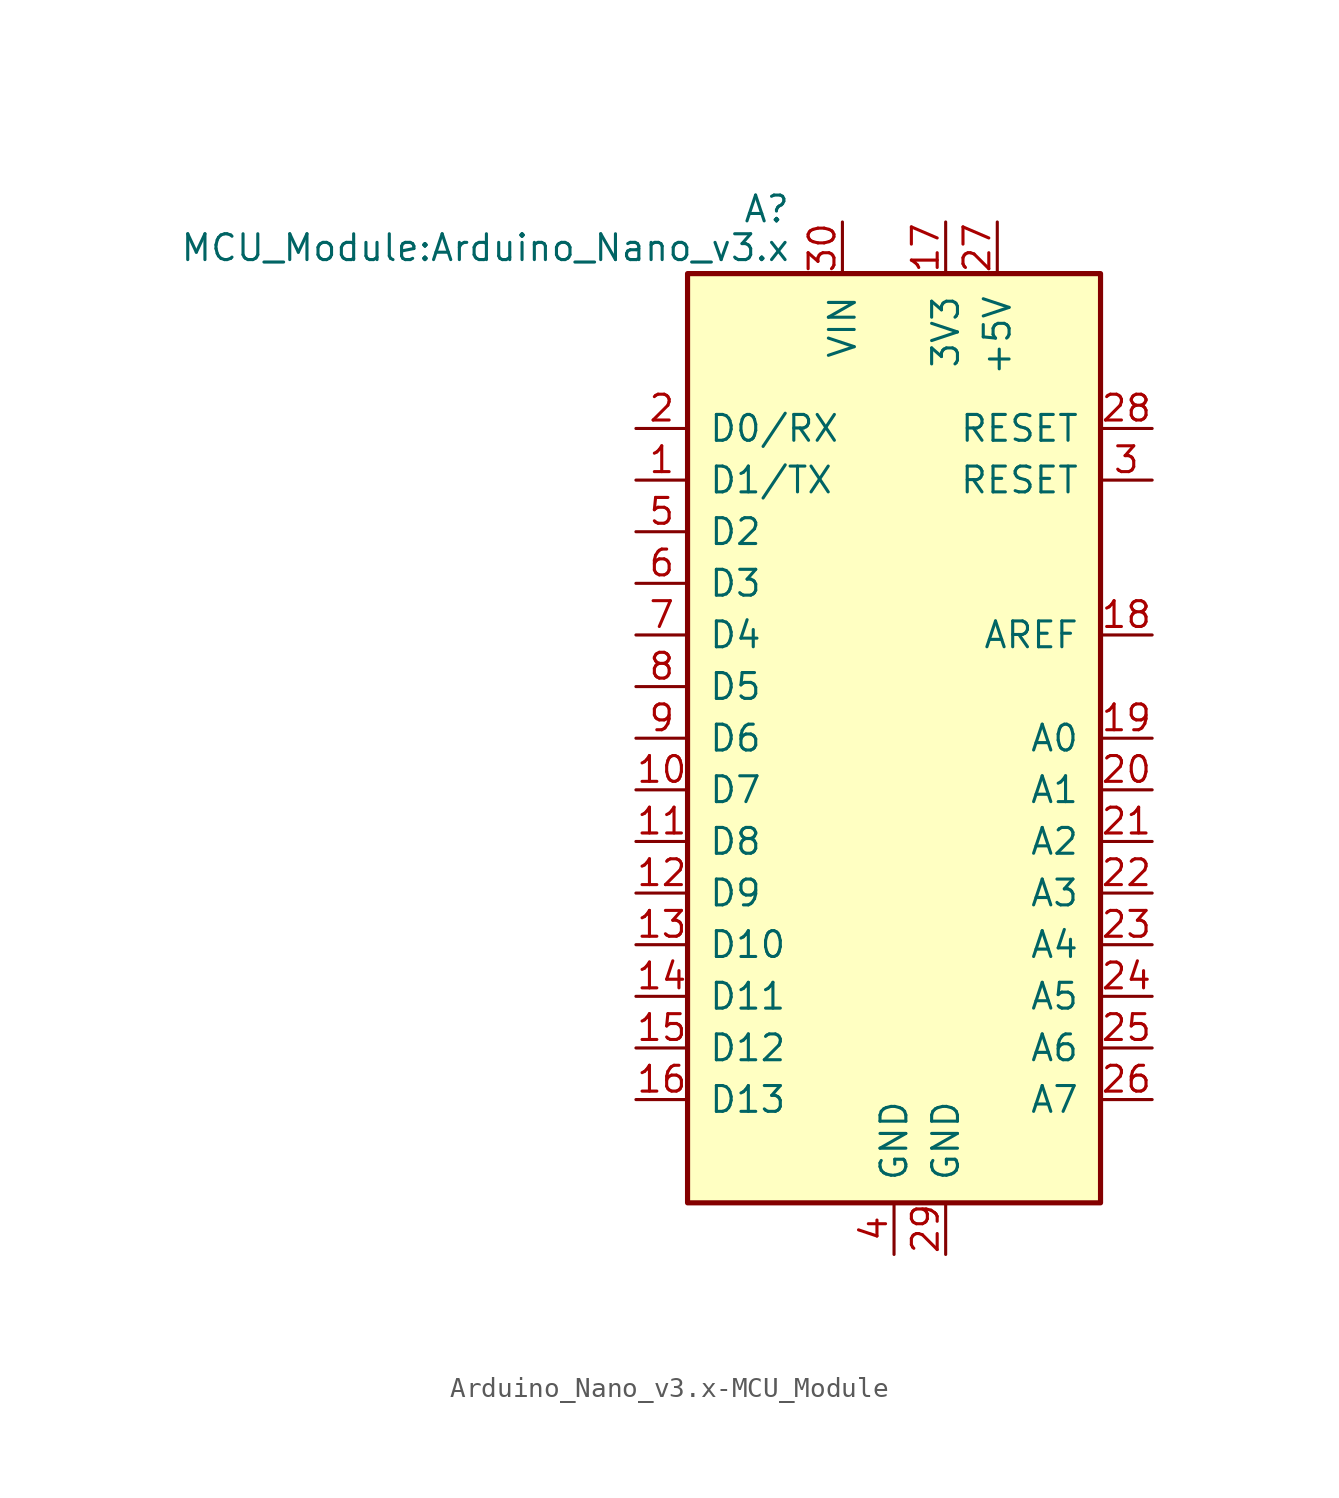
<source format=kicad_sym>
(kicad_symbol_lib
  (version 20231120)
  (generator "kicad_symbol_editor")
  (generator_version "8.0")
  (symbol "Arduino_Nano_v3.x-MCU_Module"
    (pin_names
      (offset 1.016))
    (property "Reference" "A"
      (at -5.08 26.035 0)
      (effects (font (size 1.27 1.27)) (justify right)))
    (property "Value" "MCU_Module:Arduino_Nano_v3.x"
      (at -5.08 24.13 0)
      (effects (font (size 1.27 1.27)) (justify right)))
    (symbol "Arduino_Nano_v3.x-MCU_Module_0_1"
      (rectangle (start -10.16 22.86) (end 10.16 -22.86) (stroke (width 0.254) (type solid)) (fill (type background))))
    (symbol "Arduino_Nano_v3.x-MCU_Module_1_1"
      (pin bidirectional line (at -12.7 12.7 0) (length 2.54) (name "D1/TX" (effects (font (size 1.27 1.27)))) (number "1" (effects (font (size 1.27 1.27)))))
      (pin bidirectional line (at -12.7 -2.54 0) (length 2.54) (name "D7" (effects (font (size 1.27 1.27)))) (number "10" (effects (font (size 1.27 1.27)))))
      (pin bidirectional line (at -12.7 -5.08 0) (length 2.54) (name "D8" (effects (font (size 1.27 1.27)))) (number "11" (effects (font (size 1.27 1.27)))))
      (pin bidirectional line (at -12.7 -7.62 0) (length 2.54) (name "D9" (effects (font (size 1.27 1.27)))) (number "12" (effects (font (size 1.27 1.27)))))
      (pin bidirectional line (at -12.7 -10.16 0) (length 2.54) (name "D10" (effects (font (size 1.27 1.27)))) (number "13" (effects (font (size 1.27 1.27)))))
      (pin bidirectional line (at -12.7 -12.7 0) (length 2.54) (name "D11" (effects (font (size 1.27 1.27)))) (number "14" (effects (font (size 1.27 1.27)))))
      (pin bidirectional line (at -12.7 -15.24 0) (length 2.54) (name "D12" (effects (font (size 1.27 1.27)))) (number "15" (effects (font (size 1.27 1.27)))))
      (pin bidirectional line (at -12.7 -17.78 0) (length 2.54) (name "D13" (effects (font (size 1.27 1.27)))) (number "16" (effects (font (size 1.27 1.27)))))
      (pin power_out line (at 2.54 25.4 270) (length 2.54) (name "3V3" (effects (font (size 1.27 1.27)))) (number "17" (effects (font (size 1.27 1.27)))))
      (pin input line (at 12.7 5.08 180) (length 2.54) (name "AREF" (effects (font (size 1.27 1.27)))) (number "18" (effects (font (size 1.27 1.27)))))
      (pin bidirectional line (at 12.7 0 180) (length 2.54) (name "A0" (effects (font (size 1.27 1.27)))) (number "19" (effects (font (size 1.27 1.27)))))
      (pin bidirectional line (at -12.7 15.24 0) (length 2.54) (name "D0/RX" (effects (font (size 1.27 1.27)))) (number "2" (effects (font (size 1.27 1.27)))))
      (pin bidirectional line (at 12.7 -2.54 180) (length 2.54) (name "A1" (effects (font (size 1.27 1.27)))) (number "20" (effects (font (size 1.27 1.27)))))
      (pin bidirectional line (at 12.7 -5.08 180) (length 2.54) (name "A2" (effects (font (size 1.27 1.27)))) (number "21" (effects (font (size 1.27 1.27)))))
      (pin bidirectional line (at 12.7 -7.62 180) (length 2.54) (name "A3" (effects (font (size 1.27 1.27)))) (number "22" (effects (font (size 1.27 1.27)))))
      (pin bidirectional line (at 12.7 -10.16 180) (length 2.54) (name "A4" (effects (font (size 1.27 1.27)))) (number "23" (effects (font (size 1.27 1.27)))))
      (pin bidirectional line (at 12.7 -12.7 180) (length 2.54) (name "A5" (effects (font (size 1.27 1.27)))) (number "24" (effects (font (size 1.27 1.27)))))
      (pin bidirectional line (at 12.7 -15.24 180) (length 2.54) (name "A6" (effects (font (size 1.27 1.27)))) (number "25" (effects (font (size 1.27 1.27)))))
      (pin bidirectional line (at 12.7 -17.78 180) (length 2.54) (name "A7" (effects (font (size 1.27 1.27)))) (number "26" (effects (font (size 1.27 1.27)))))
      (pin power_out line (at 5.08 25.4 270) (length 2.54) (name "+5V" (effects (font (size 1.27 1.27)))) (number "27" (effects (font (size 1.27 1.27)))))
      (pin input line (at 12.7 15.24 180) (length 2.54) (name "RESET" (effects (font (size 1.27 1.27)))) (number "28" (effects (font (size 1.27 1.27)))))
      (pin power_in line (at 2.54 -25.4 90) (length 2.54) (name "GND" (effects (font (size 1.27 1.27)))) (number "29" (effects (font (size 1.27 1.27)))))
      (pin input line (at 12.7 12.7 180) (length 2.54) (name "RESET" (effects (font (size 1.27 1.27)))) (number "3" (effects (font (size 1.27 1.27)))))
      (pin power_in line (at -2.54 25.4 270) (length 2.54) (name "VIN" (effects (font (size 1.27 1.27)))) (number "30" (effects (font (size 1.27 1.27)))))
      (pin power_in line (at 0 -25.4 90) (length 2.54) (name "GND" (effects (font (size 1.27 1.27)))) (number "4" (effects (font (size 1.27 1.27)))))
      (pin bidirectional line (at -12.7 10.16 0) (length 2.54) (name "D2" (effects (font (size 1.27 1.27)))) (number "5" (effects (font (size 1.27 1.27)))))
      (pin bidirectional line (at -12.7 7.62 0) (length 2.54) (name "D3" (effects (font (size 1.27 1.27)))) (number "6" (effects (font (size 1.27 1.27)))))
      (pin bidirectional line (at -12.7 5.08 0) (length 2.54) (name "D4" (effects (font (size 1.27 1.27)))) (number "7" (effects (font (size 1.27 1.27)))))
      (pin bidirectional line (at -12.7 2.54 0) (length 2.54) (name "D5" (effects (font (size 1.27 1.27)))) (number "8" (effects (font (size 1.27 1.27)))))
      (pin bidirectional line (at -12.7 0 0) (length 2.54) (name "D6" (effects (font (size 1.27 1.27)))) (number "9" (effects (font (size 1.27 1.27))))))))
</source>
